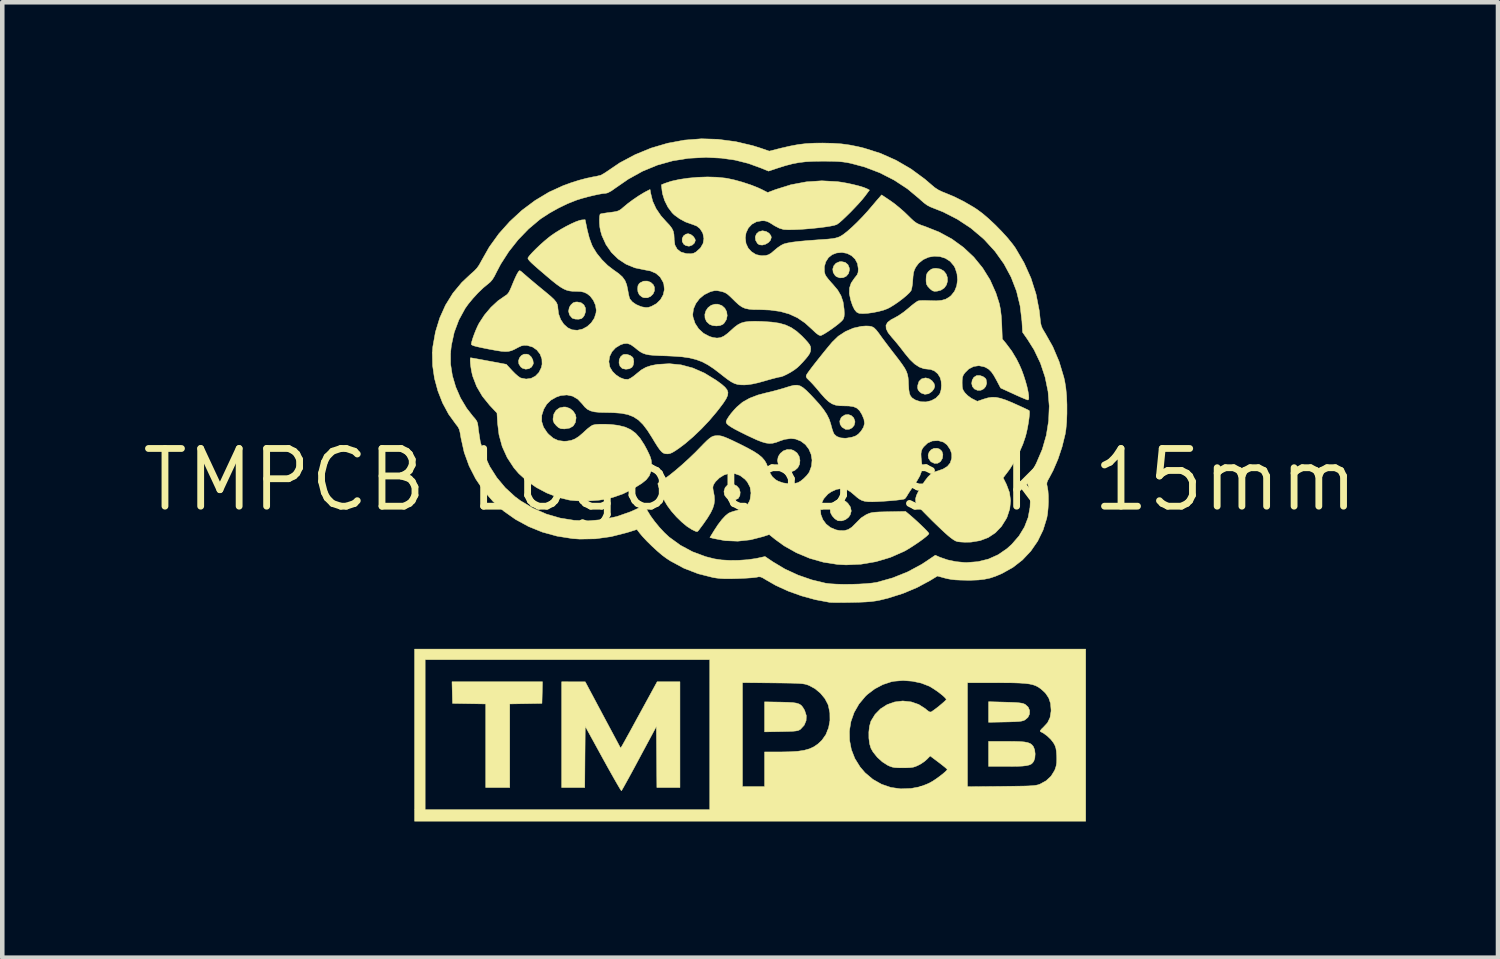
<source format=kicad_pcb>
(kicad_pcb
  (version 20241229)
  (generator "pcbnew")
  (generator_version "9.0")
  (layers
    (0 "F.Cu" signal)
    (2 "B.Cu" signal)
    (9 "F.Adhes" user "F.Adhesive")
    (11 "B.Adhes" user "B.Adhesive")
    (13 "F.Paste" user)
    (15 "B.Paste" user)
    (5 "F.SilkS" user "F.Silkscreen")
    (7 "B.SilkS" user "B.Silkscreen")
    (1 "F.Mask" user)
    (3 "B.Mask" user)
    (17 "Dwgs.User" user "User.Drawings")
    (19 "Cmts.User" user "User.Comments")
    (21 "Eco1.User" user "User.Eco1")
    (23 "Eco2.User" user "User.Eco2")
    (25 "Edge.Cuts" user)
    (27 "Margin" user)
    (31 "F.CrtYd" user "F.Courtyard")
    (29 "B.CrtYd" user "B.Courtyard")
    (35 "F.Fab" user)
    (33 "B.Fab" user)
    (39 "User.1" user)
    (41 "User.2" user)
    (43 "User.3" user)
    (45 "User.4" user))
  (footprint "TMPCB Logo top silk 15mm"
    (layer "F.Cu")
    (at 13.463 7.513)
    (property "Reference" "TMPCB Logo top silk 15mm" (at 0 0 0) (layer "F.SilkS") (effects (font (size 1.27 1.27) (thickness 0.15))))
    (attr through_hole)
    (fp_poly (pts (xy -4.583 4.921) (xy -4.937 4.927) (xy -5.292 4.933) (xy -5.292 6.773) (xy -5.821 6.773) (xy -5.821 4.933) (xy -6.186 4.927) (xy -6.551 4.921) (xy -6.563 4.445) (xy -4.571 4.445) (xy -4.583 4.921)) (stroke (width 0.01) (type solid)) (fill yes) (layer "F.SilkS"))
    (fp_poly (pts (xy -1.308 -5.402) (xy -1.254 -5.361) (xy -1.216 -5.308) (xy -1.206 -5.271) (xy -1.225 -5.215) (xy -1.273 -5.169) (xy -1.337 -5.145) (xy -1.355 -5.144) (xy -1.417 -5.158) (xy -1.46 -5.186) (xy -1.495 -5.246) (xy -1.496 -5.31) (xy -1.468 -5.369) (xy -1.416 -5.408) (xy -1.364 -5.419) (xy -1.308 -5.402)) (stroke (width 0.01) (type solid)) (fill yes) (layer "F.SilkS"))
    (fp_poly (pts (xy -4.867 -2.751) (xy -4.818 -2.705) (xy -4.783 -2.638) (xy -4.772 -2.569) (xy -4.775 -2.55) (xy -4.81 -2.485) (xy -4.869 -2.447) (xy -4.94 -2.436) (xy -5.011 -2.457) (xy -5.049 -2.486) (xy -5.091 -2.551) (xy -5.099 -2.619) (xy -5.079 -2.683) (xy -5.037 -2.735) (xy -4.98 -2.766) (xy -4.911 -2.767) (xy -4.867 -2.751)) (stroke (width 0.01) (type solid)) (fill yes) (layer "F.SilkS"))
    (fp_poly (pts (xy 0.353 -5.467) (xy 0.417 -5.428) (xy 0.457 -5.375) (xy 0.466 -5.336) (xy 0.448 -5.275) (xy 0.401 -5.223) (xy 0.337 -5.186) (xy 0.267 -5.168) (xy 0.203 -5.175) (xy 0.164 -5.201) (xy 0.121 -5.273) (xy 0.113 -5.347) (xy 0.138 -5.413) (xy 0.19 -5.461) (xy 0.266 -5.482) (xy 0.278 -5.482) (xy 0.353 -5.467)) (stroke (width 0.01) (type solid)) (fill yes) (layer "F.SilkS"))
    (fp_poly (pts (xy 2.092 -4.787) (xy 2.153 -4.737) (xy 2.184 -4.661) (xy 2.186 -4.62) (xy 2.166 -4.542) (xy 2.117 -4.484) (xy 2.05 -4.451) (xy 1.974 -4.446) (xy 1.901 -4.473) (xy 1.872 -4.497) (xy 1.828 -4.566) (xy 1.819 -4.641) (xy 1.841 -4.711) (xy 1.89 -4.768) (xy 1.963 -4.8) (xy 2.006 -4.805) (xy 2.092 -4.787)) (stroke (width 0.01) (type solid)) (fill yes) (layer "F.SilkS"))
    (fp_poly (pts (xy 2.228 -1.414) (xy 2.28 -1.364) (xy 2.306 -1.292) (xy 2.307 -1.269) (xy 2.289 -1.199) (xy 2.242 -1.144) (xy 2.178 -1.112) (xy 2.108 -1.111) (xy 2.095 -1.115) (xy 2.023 -1.16) (xy 1.981 -1.223) (xy 1.973 -1.294) (xy 2.001 -1.364) (xy 2.02 -1.387) (xy 2.088 -1.43) (xy 2.161 -1.438) (xy 2.228 -1.414)) (stroke (width 0.01) (type solid)) (fill yes) (layer "F.SilkS"))
    (fp_poly (pts (xy 4.172 -0.676) (xy 4.222 -0.627) (xy 4.243 -0.556) (xy 4.232 -0.473) (xy 4.232 -0.473) (xy 4.191 -0.403) (xy 4.129 -0.365) (xy 4.058 -0.362) (xy 3.987 -0.395) (xy 3.968 -0.412) (xy 3.926 -0.478) (xy 3.918 -0.546) (xy 3.94 -0.61) (xy 3.984 -0.662) (xy 4.046 -0.693) (xy 4.118 -0.695) (xy 4.172 -0.676)) (stroke (width 0.01) (type solid)) (fill yes) (layer "F.SilkS"))
    (fp_poly (pts (xy 5.06 -2.296) (xy 5.127 -2.273) (xy 5.179 -2.235) (xy 5.194 -2.211) (xy 5.207 -2.13) (xy 5.187 -2.058) (xy 5.142 -2.004) (xy 5.079 -1.972) (xy 5.007 -1.97) (xy 4.938 -2) (xy 4.893 -2.054) (xy 4.877 -2.123) (xy 4.888 -2.194) (xy 4.923 -2.255) (xy 4.981 -2.293) (xy 4.993 -2.296) (xy 5.06 -2.296)) (stroke (width 0.01) (type solid)) (fill yes) (layer "F.SilkS"))
    (fp_poly (pts (xy -2.709 -2.761) (xy -2.641 -2.739) (xy -2.589 -2.701) (xy -2.574 -2.677) (xy -2.561 -2.6) (xy -2.574 -2.525) (xy -2.603 -2.477) (xy -2.661 -2.445) (xy -2.735 -2.435) (xy -2.805 -2.449) (xy -2.818 -2.455) (xy -2.865 -2.504) (xy -2.886 -2.571) (xy -2.882 -2.642) (xy -2.854 -2.707) (xy -2.805 -2.751) (xy -2.776 -2.761) (xy -2.709 -2.761)) (stroke (width 0.01) (type solid)) (fill yes) (layer "F.SilkS"))
    (fp_poly (pts (xy -2.19 -4.349) (xy -2.132 -4.296) (xy -2.107 -4.241) (xy -2.106 -4.162) (xy -2.137 -4.092) (xy -2.192 -4.038) (xy -2.262 -4.008) (xy -2.337 -4.009) (xy -2.381 -4.026) (xy -2.44 -4.074) (xy -2.47 -4.14) (xy -2.476 -4.205) (xy -2.47 -4.271) (xy -2.445 -4.316) (xy -2.421 -4.338) (xy -2.346 -4.374) (xy -2.265 -4.376) (xy -2.19 -4.349)) (stroke (width 0.01) (type solid)) (fill yes) (layer "F.SilkS"))
    (fp_poly (pts (xy -0.362 0.102) (xy -0.294 0.134) (xy -0.243 0.191) (xy -0.241 0.195) (xy -0.219 0.271) (xy -0.226 0.346) (xy -0.259 0.405) (xy -0.27 0.415) (xy -0.335 0.441) (xy -0.414 0.441) (xy -0.49 0.416) (xy -0.521 0.395) (xy -0.566 0.33) (xy -0.576 0.251) (xy -0.55 0.17) (xy -0.502 0.119) (xy -0.436 0.097) (xy -0.362 0.102)) (stroke (width 0.01) (type solid)) (fill yes) (layer "F.SilkS"))
    (fp_poly (pts (xy 3.938 -2.226) (xy 4.003 -2.182) (xy 4.049 -2.121) (xy 4.064 -2.064) (xy 4.047 -2.006) (xy 4.002 -1.946) (xy 3.927 -1.895) (xy 3.846 -1.883) (xy 3.768 -1.91) (xy 3.732 -1.938) (xy 3.697 -1.982) (xy 3.686 -2.027) (xy 3.69 -2.081) (xy 3.717 -2.167) (xy 3.773 -2.222) (xy 3.854 -2.243) (xy 3.867 -2.244) (xy 3.938 -2.226)) (stroke (width 0.01) (type solid)) (fill yes) (layer "F.SilkS"))
    (fp_poly (pts (xy -3.721 -3.899) (xy -3.659 -3.851) (xy -3.625 -3.782) (xy -3.624 -3.698) (xy -3.65 -3.621) (xy -3.683 -3.574) (xy -3.716 -3.548) (xy -3.778 -3.536) (xy -3.849 -3.539) (xy -3.906 -3.555) (xy -3.918 -3.562) (xy -3.976 -3.63) (xy -3.997 -3.711) (xy -3.981 -3.795) (xy -3.946 -3.851) (xy -3.897 -3.897) (xy -3.842 -3.914) (xy -3.807 -3.916) (xy -3.721 -3.899)) (stroke (width 0.01) (type solid)) (fill yes) (layer "F.SilkS"))
    (fp_poly (pts (xy -0.711 -3.867) (xy -0.622 -3.836) (xy -0.557 -3.778) (xy -0.517 -3.702) (xy -0.505 -3.615) (xy -0.523 -3.528) (xy -0.573 -3.449) (xy -0.6 -3.424) (xy -0.661 -3.397) (xy -0.742 -3.388) (xy -0.826 -3.397) (xy -0.893 -3.423) (xy -0.96 -3.485) (xy -0.993 -3.56) (xy -0.997 -3.642) (xy -0.974 -3.721) (xy -0.927 -3.79) (xy -0.859 -3.842) (xy -0.775 -3.867) (xy -0.711 -3.867)) (stroke (width 0.01) (type solid)) (fill yes) (layer "F.SilkS"))
    (fp_poly (pts (xy -4.055 -1.602) (xy -3.97 -1.572) (xy -3.898 -1.516) (xy -3.848 -1.441) (xy -3.831 -1.367) (xy -3.847 -1.263) (xy -3.894 -1.187) (xy -3.972 -1.14) (xy -4.082 -1.122) (xy -4.097 -1.122) (xy -4.165 -1.127) (xy -4.216 -1.149) (xy -4.267 -1.194) (xy -4.316 -1.253) (xy -4.337 -1.309) (xy -4.339 -1.343) (xy -4.321 -1.448) (xy -4.272 -1.53) (xy -4.197 -1.584) (xy -4.102 -1.604) (xy -4.055 -1.602)) (stroke (width 0.01) (type solid)) (fill yes) (layer "F.SilkS"))
    (fp_poly (pts (xy 5.617 4.894) (xy 5.756 4.898) (xy 5.858 4.903) (xy 5.933 4.91) (xy 5.986 4.918) (xy 6.025 4.93) (xy 6.057 4.945) (xy 6.121 5.004) (xy 6.152 5.077) (xy 6.15 5.156) (xy 6.115 5.229) (xy 6.049 5.285) (xy 6.016 5.3) (xy 5.973 5.311) (xy 5.912 5.319) (xy 5.827 5.324) (xy 5.712 5.328) (xy 5.614 5.33) (xy 5.249 5.337) (xy 5.249 4.884) (xy 5.617 4.894)) (stroke (width 0.01) (type solid)) (fill yes) (layer "F.SilkS"))
    (fp_poly (pts (xy 0.904 -0.665) (xy 0.959 -0.646) (xy 1.033 -0.591) (xy 1.079 -0.516) (xy 1.097 -0.43) (xy 1.088 -0.344) (xy 1.05 -0.268) (xy 0.985 -0.21) (xy 0.962 -0.199) (xy 0.901 -0.177) (xy 0.851 -0.173) (xy 0.791 -0.187) (xy 0.777 -0.191) (xy 0.697 -0.228) (xy 0.643 -0.288) (xy 0.621 -0.334) (xy 0.602 -0.425) (xy 0.619 -0.511) (xy 0.665 -0.583) (xy 0.732 -0.638) (xy 0.814 -0.667) (xy 0.904 -0.665)) (stroke (width 0.01) (type solid)) (fill yes) (layer "F.SilkS"))
    (fp_poly (pts (xy 2.051 0.45) (xy 2.102 0.473) (xy 2.151 0.516) (xy 2.208 0.599) (xy 2.226 0.686) (xy 2.202 0.772) (xy 2.164 0.826) (xy 2.098 0.876) (xy 2.018 0.903) (xy 1.942 0.901) (xy 1.926 0.896) (xy 1.864 0.856) (xy 1.807 0.793) (xy 1.771 0.726) (xy 1.766 0.707) (xy 1.762 0.624) (xy 1.789 0.554) (xy 1.835 0.5) (xy 1.886 0.461) (xy 1.948 0.446) (xy 1.984 0.445) (xy 2.051 0.45)) (stroke (width 0.01) (type solid)) (fill yes) (layer "F.SilkS"))
    (fp_poly (pts (xy 0.676 4.893) (xy 0.823 4.897) (xy 0.935 4.903) (xy 1.017 4.915) (xy 1.077 4.934) (xy 1.122 4.962) (xy 1.157 5.003) (xy 1.191 5.059) (xy 1.202 5.081) (xy 1.237 5.191) (xy 1.232 5.3) (xy 1.19 5.401) (xy 1.111 5.487) (xy 1.104 5.493) (xy 1.079 5.508) (xy 1.049 5.52) (xy 1.005 5.528) (xy 0.942 5.534) (xy 0.852 5.538) (xy 0.729 5.541) (xy 0.683 5.542) (xy 0.318 5.548) (xy 0.318 4.887) (xy 0.676 4.893)) (stroke (width 0.01) (type solid)) (fill yes) (layer "F.SilkS"))
    (fp_poly (pts (xy 5.816 5.758) (xy 5.943 5.762) (xy 6.039 5.77) (xy 6.11 5.784) (xy 6.162 5.803) (xy 6.2 5.83) (xy 6.23 5.866) (xy 6.236 5.874) (xy 6.263 5.944) (xy 6.274 6.034) (xy 6.267 6.124) (xy 6.246 6.187) (xy 6.222 6.225) (xy 6.19 6.255) (xy 6.145 6.276) (xy 6.082 6.291) (xy 5.995 6.301) (xy 5.88 6.306) (xy 5.729 6.308) (xy 5.664 6.308) (xy 5.249 6.308) (xy 5.249 5.757) (xy 5.652 5.757) (xy 5.816 5.758)) (stroke (width 0.01) (type solid)) (fill yes) (layer "F.SilkS"))
    (fp_poly (pts (xy 4.19 -4.64) (xy 4.264 -4.596) (xy 4.315 -4.531) (xy 4.342 -4.454) (xy 4.344 -4.372) (xy 4.322 -4.293) (xy 4.274 -4.225) (xy 4.201 -4.176) (xy 4.119 -4.154) (xy 4.058 -4.15) (xy 4.015 -4.162) (xy 3.972 -4.195) (xy 3.948 -4.218) (xy 3.905 -4.266) (xy 3.882 -4.309) (xy 3.874 -4.365) (xy 3.873 -4.413) (xy 3.877 -4.487) (xy 3.89 -4.536) (xy 3.918 -4.577) (xy 3.935 -4.595) (xy 3.988 -4.637) (xy 4.045 -4.654) (xy 4.092 -4.657) (xy 4.19 -4.64)) (stroke (width 0.01) (type solid)) (fill yes) (layer "F.SilkS"))
    (fp_poly (pts (xy -1.545 6.773) (xy -2.053 6.773) (xy -2.064 5.429) (xy -2.442 6.133) (xy -2.527 6.292) (xy -2.606 6.438) (xy -2.677 6.568) (xy -2.738 6.678) (xy -2.785 6.763) (xy -2.818 6.82) (xy -2.833 6.845) (xy -2.833 6.845) (xy -2.846 6.829) (xy -2.877 6.78) (xy -2.923 6.701) (xy -2.983 6.597) (xy -3.054 6.471) (xy -3.134 6.329) (xy -3.22 6.173) (xy -3.239 6.139) (xy -3.63 5.425) (xy -3.636 6.099) (xy -3.641 6.773) (xy -4.149 6.773) (xy -4.149 4.445) (xy -3.889 4.446) (xy -3.63 4.446) (xy -3.241 5.176) (xy -2.851 5.906) (xy -2.816 5.848) (xy -2.798 5.816) (xy -2.762 5.752) (xy -2.711 5.659) (xy -2.647 5.544) (xy -2.574 5.41) (xy -2.493 5.261) (xy -2.414 5.117) (xy -2.047 4.445) (xy -1.545 4.445) (xy -1.545 6.773)) (stroke (width 0.01) (type solid)) (fill yes) (layer "F.SilkS"))
    (fp_poly (pts (xy 7.387 7.514) (xy -7.387 7.514) (xy -7.387 3.958) (xy -7.154 3.958) (xy -7.154 7.26) (xy -0.889 7.26) (xy -0.889 6.752) (xy -0.169 6.752) (xy 0.318 6.752) (xy 0.318 5.99) (xy 0.672 5.99) (xy 0.878 5.986) (xy 1.049 5.975) (xy 1.189 5.954) (xy 1.306 5.921) (xy 1.404 5.876) (xy 1.491 5.816) (xy 1.573 5.739) (xy 1.581 5.731) (xy 1.668 5.607) (xy 1.7 5.526) (xy 2.185 5.526) (xy 2.189 5.733) (xy 2.228 5.937) (xy 2.305 6.134) (xy 2.419 6.318) (xy 2.529 6.447) (xy 2.702 6.593) (xy 2.893 6.701) (xy 3.098 6.771) (xy 3.316 6.802) (xy 3.544 6.793) (xy 3.709 6.762) (xy 3.797 6.735) (xy 3.895 6.697) (xy 3.956 6.669) (xy 4.019 6.633) (xy 4.093 6.584) (xy 4.169 6.529) (xy 4.24 6.474) (xy 4.297 6.425) (xy 4.332 6.389) (xy 4.339 6.375) (xy 4.323 6.357) (xy 4.28 6.32) (xy 4.216 6.269) (xy 4.151 6.219) (xy 3.963 6.078) (xy 3.892 6.151) (xy 3.832 6.203) (xy 3.754 6.255) (xy 3.705 6.281) (xy 3.646 6.308) (xy 3.592 6.325) (xy 3.53 6.334) (xy 3.449 6.338) (xy 3.365 6.339) (xy 3.261 6.338) (xy 3.186 6.334) (xy 3.129 6.323) (xy 3.076 6.305) (xy 3.024 6.281) (xy 2.909 6.207) (xy 2.798 6.106) (xy 2.706 5.991) (xy 2.66 5.91) (xy 2.63 5.811) (xy 2.614 5.687) (xy 2.613 5.554) (xy 2.627 5.427) (xy 2.656 5.322) (xy 2.661 5.309) (xy 2.751 5.162) (xy 2.871 5.04) (xy 3.016 4.948) (xy 3.179 4.89) (xy 3.356 4.868) (xy 3.365 4.868) (xy 3.547 4.888) (xy 3.712 4.945) (xy 3.858 5.039) (xy 3.887 5.065) (xy 3.942 5.106) (xy 3.98 5.111) (xy 3.985 5.109) (xy 4.035 5.075) (xy 4.099 5.028) (xy 4.167 4.974) (xy 4.231 4.92) (xy 4.283 4.874) (xy 4.313 4.842) (xy 4.318 4.833) (xy 4.301 4.806) (xy 4.257 4.763) (xy 4.194 4.711) (xy 4.119 4.654) (xy 4.04 4.601) (xy 3.968 4.556) (xy 3.942 4.542) (xy 3.766 4.474) (xy 3.73 4.466) (xy 4.784 4.466) (xy 4.784 6.755) (xy 5.53 6.748) (xy 5.73 6.745) (xy 5.892 6.743) (xy 6.021 6.741) (xy 6.122 6.738) (xy 6.2 6.733) (xy 6.258 6.728) (xy 6.303 6.721) (xy 6.339 6.713) (xy 6.37 6.702) (xy 6.379 6.699) (xy 6.516 6.624) (xy 6.625 6.522) (xy 6.701 6.399) (xy 6.711 6.376) (xy 6.735 6.302) (xy 6.747 6.232) (xy 6.75 6.147) (xy 6.748 6.071) (xy 6.741 5.974) (xy 6.73 5.905) (xy 6.711 5.849) (xy 6.68 5.792) (xy 6.676 5.786) (xy 6.62 5.714) (xy 6.544 5.641) (xy 6.461 5.579) (xy 6.388 5.54) (xy 6.386 5.522) (xy 6.416 5.484) (xy 6.453 5.449) (xy 6.547 5.347) (xy 6.602 5.232) (xy 6.624 5.096) (xy 6.625 5.068) (xy 6.613 4.922) (xy 6.573 4.801) (xy 6.503 4.697) (xy 6.452 4.647) (xy 6.398 4.6) (xy 6.345 4.563) (xy 6.289 4.533) (xy 6.224 4.51) (xy 6.146 4.493) (xy 6.049 4.481) (xy 5.929 4.473) (xy 5.78 4.468) (xy 5.598 4.467) (xy 5.427 4.466) (xy 4.784 4.466) (xy 3.73 4.466) (xy 3.569 4.432) (xy 3.365 4.417) (xy 3.169 4.433) (xy 3.107 4.445) (xy 2.923 4.506) (xy 2.743 4.601) (xy 2.583 4.722) (xy 2.54 4.762) (xy 2.396 4.934) (xy 2.289 5.121) (xy 2.219 5.32) (xy 2.185 5.526) (xy 1.7 5.526) (xy 1.727 5.459) (xy 1.757 5.297) (xy 1.755 5.13) (xy 1.722 4.969) (xy 1.711 4.938) (xy 1.645 4.814) (xy 1.548 4.697) (xy 1.43 4.598) (xy 1.302 4.528) (xy 1.265 4.514) (xy 1.23 4.502) (xy 1.191 4.494) (xy 1.144 4.487) (xy 1.082 4.482) (xy 1.002 4.478) (xy 0.897 4.475) (xy 0.762 4.473) (xy 0.593 4.471) (xy 0.503 4.47) (xy -0.169 4.464) (xy -0.169 6.752) (xy -0.889 6.752) (xy -0.889 3.958) (xy -7.154 3.958) (xy -7.387 3.958) (xy -7.387 3.725) (xy 7.387 3.725) (xy 7.387 7.514)) (stroke (width 0.01) (type solid)) (fill yes) (layer "F.SilkS"))
    (fp_poly (pts (xy -0.714 -7.497) (xy -0.318 -7.445) (xy 0.057 -7.357) (xy 0.228 -7.303) (xy 0.421 -7.236) (xy 0.673 -7.3) (xy 0.877 -7.347) (xy 1.058 -7.381) (xy 1.233 -7.402) (xy 1.417 -7.412) (xy 1.598 -7.414) (xy 1.817 -7.409) (xy 2.01 -7.396) (xy 2.192 -7.371) (xy 2.377 -7.334) (xy 2.508 -7.302) (xy 2.868 -7.188) (xy 3.214 -7.034) (xy 3.542 -6.843) (xy 3.848 -6.618) (xy 3.971 -6.512) (xy 4.062 -6.435) (xy 4.144 -6.381) (xy 4.235 -6.338) (xy 4.282 -6.32) (xy 4.487 -6.235) (xy 4.704 -6.127) (xy 4.919 -6.002) (xy 4.993 -5.954) (xy 5.116 -5.863) (xy 5.254 -5.745) (xy 5.398 -5.61) (xy 5.54 -5.465) (xy 5.671 -5.321) (xy 5.781 -5.185) (xy 5.84 -5.103) (xy 6.03 -4.778) (xy 6.182 -4.439) (xy 6.294 -4.087) (xy 6.365 -3.723) (xy 6.383 -3.557) (xy 6.393 -3.463) (xy 6.408 -3.394) (xy 6.432 -3.334) (xy 6.472 -3.265) (xy 6.488 -3.24) (xy 6.662 -2.932) (xy 6.802 -2.602) (xy 6.906 -2.257) (xy 6.925 -2.174) (xy 6.949 -2.026) (xy 6.966 -1.849) (xy 6.974 -1.657) (xy 6.974 -1.46) (xy 6.967 -1.272) (xy 6.951 -1.104) (xy 6.936 -1.008) (xy 6.867 -0.727) (xy 6.777 -0.456) (xy 6.67 -0.207) (xy 6.59 -0.056) (xy 6.552 0.012) (xy 6.534 0.059) (xy 6.531 0.098) (xy 6.54 0.146) (xy 6.543 0.155) (xy 6.557 0.241) (xy 6.565 0.356) (xy 6.566 0.487) (xy 6.559 0.622) (xy 6.547 0.748) (xy 6.53 0.844) (xy 6.448 1.107) (xy 6.33 1.349) (xy 6.178 1.569) (xy 5.995 1.763) (xy 5.783 1.928) (xy 5.545 2.061) (xy 5.538 2.064) (xy 5.404 2.121) (xy 5.282 2.162) (xy 5.159 2.188) (xy 5.024 2.204) (xy 4.866 2.21) (xy 4.773 2.21) (xy 4.631 2.207) (xy 4.52 2.202) (xy 4.429 2.192) (xy 4.348 2.177) (xy 4.289 2.163) (xy 4.123 2.117) (xy 3.961 2.216) (xy 3.677 2.369) (xy 3.365 2.5) (xy 3.037 2.604) (xy 2.853 2.649) (xy 2.761 2.666) (xy 2.662 2.679) (xy 2.545 2.688) (xy 2.403 2.694) (xy 2.233 2.698) (xy 2.099 2.7) (xy 1.976 2.701) (xy 1.872 2.701) (xy 1.793 2.699) (xy 1.749 2.697) (xy 1.746 2.696) (xy 1.437 2.638) (xy 1.131 2.554) (xy 0.838 2.449) (xy 0.568 2.326) (xy 0.341 2.196) (xy 0.275 2.156) (xy 0.229 2.137) (xy 0.188 2.134) (xy 0.151 2.142) (xy 0.104 2.149) (xy 0.023 2.157) (xy -0.081 2.164) (xy -0.2 2.17) (xy -0.275 2.173) (xy -0.427 2.177) (xy -0.548 2.177) (xy -0.648 2.172) (xy -0.738 2.162) (xy -0.815 2.15) (xy -1.144 2.067) (xy -1.457 1.946) (xy -1.755 1.785) (xy -1.841 1.729) (xy -1.936 1.659) (xy -2.046 1.565) (xy -2.162 1.458) (xy -2.274 1.348) (xy -2.371 1.244) (xy -2.428 1.176) (xy -2.492 1.092) (xy -2.712 1.161) (xy -3.062 1.25) (xy -3.408 1.298) (xy -3.75 1.304) (xy -3.91 1.293) (xy -4.251 1.239) (xy -4.575 1.15) (xy -4.88 1.026) (xy -5.164 0.871) (xy -5.425 0.687) (xy -5.66 0.475) (xy -5.866 0.238) (xy -6.042 -0.023) (xy -6.186 -0.305) (xy -6.295 -0.606) (xy -6.366 -0.924) (xy -6.372 -0.962) (xy -6.388 -1.053) (xy -6.406 -1.117) (xy -6.434 -1.17) (xy -6.478 -1.226) (xy -6.637 -1.445) (xy -6.77 -1.692) (xy -6.874 -1.958) (xy -6.949 -2.235) (xy -6.99 -2.517) (xy -6.996 -2.794) (xy -6.996 -2.794) (xy -6.595 -2.794) (xy -6.594 -2.549) (xy -6.555 -2.296) (xy -6.481 -2.045) (xy -6.376 -1.803) (xy -6.241 -1.577) (xy -6.105 -1.402) (xy -6.05 -1.339) (xy -6.017 -1.291) (xy -5.999 -1.242) (xy -5.989 -1.177) (xy -5.983 -1.115) (xy -5.939 -0.832) (xy -5.854 -0.557) (xy -5.733 -0.295) (xy -5.577 -0.05) (xy -5.39 0.174) (xy -5.174 0.372) (xy -5.052 0.462) (xy -4.777 0.626) (xy -4.486 0.753) (xy -4.184 0.841) (xy -3.873 0.891) (xy -3.558 0.902) (xy -3.243 0.874) (xy -2.931 0.807) (xy -2.627 0.7) (xy -2.525 0.654) (xy -2.447 0.617) (xy -2.383 0.589) (xy -2.343 0.573) (xy -2.335 0.572) (xy -2.317 0.589) (xy -2.287 0.634) (xy -2.259 0.684) (xy -2.192 0.794) (xy -2.102 0.917) (xy -1.998 1.044) (xy -1.889 1.161) (xy -1.785 1.258) (xy -1.783 1.26) (xy -1.535 1.44) (xy -1.266 1.584) (xy -0.977 1.691) (xy -0.783 1.74) (xy -0.627 1.763) (xy -0.444 1.773) (xy -0.25 1.771) (xy -0.057 1.758) (xy 0.119 1.733) (xy 0.159 1.725) (xy 0.328 1.688) (xy 0.506 1.808) (xy 0.767 1.964) (xy 1.055 2.097) (xy 1.358 2.202) (xy 1.661 2.275) (xy 1.662 2.275) (xy 1.766 2.288) (xy 1.902 2.296) (xy 2.059 2.3) (xy 2.226 2.299) (xy 2.393 2.294) (xy 2.55 2.285) (xy 2.686 2.272) (xy 2.79 2.256) (xy 2.794 2.255) (xy 3.138 2.158) (xy 3.467 2.026) (xy 3.774 1.861) (xy 3.881 1.791) (xy 4.076 1.659) (xy 4.181 1.705) (xy 4.346 1.762) (xy 4.532 1.801) (xy 4.721 1.819) (xy 4.767 1.82) (xy 5.016 1.801) (xy 5.246 1.744) (xy 5.458 1.649) (xy 5.652 1.516) (xy 5.758 1.421) (xy 5.919 1.235) (xy 6.039 1.038) (xy 6.12 0.828) (xy 6.161 0.605) (xy 6.167 0.466) (xy 6.16 0.315) (xy 6.14 0.192) (xy 6.123 0.135) (xy 6.081 0.005) (xy 6.143 -0.088) (xy 6.181 -0.149) (xy 6.229 -0.233) (xy 6.28 -0.327) (xy 6.3 -0.366) (xy 6.43 -0.669) (xy 6.52 -0.982) (xy 6.571 -1.302) (xy 6.584 -1.624) (xy 6.558 -1.945) (xy 6.493 -2.261) (xy 6.391 -2.568) (xy 6.251 -2.862) (xy 6.108 -3.09) (xy 5.997 -3.249) (xy 5.983 -3.493) (xy 5.943 -3.83) (xy 5.864 -4.154) (xy 5.745 -4.462) (xy 5.588 -4.754) (xy 5.392 -5.029) (xy 5.159 -5.284) (xy 5.128 -5.314) (xy 4.858 -5.542) (xy 4.562 -5.737) (xy 4.245 -5.899) (xy 4.045 -5.978) (xy 3.963 -6.011) (xy 3.894 -6.048) (xy 3.826 -6.098) (xy 3.745 -6.169) (xy 3.725 -6.188) (xy 3.461 -6.408) (xy 3.169 -6.599) (xy 2.853 -6.76) (xy 2.519 -6.887) (xy 2.216 -6.968) (xy 2.128 -6.986) (xy 2.043 -6.998) (xy 1.954 -7.007) (xy 1.849 -7.012) (xy 1.719 -7.014) (xy 1.598 -7.015) (xy 1.398 -7.012) (xy 1.229 -7.003) (xy 1.077 -6.985) (xy 0.93 -6.957) (xy 0.777 -6.917) (xy 0.605 -6.863) (xy 0.594 -6.859) (xy 0.404 -6.796) (xy 0.25 -6.86) (xy -0.041 -6.966) (xy -0.332 -7.039) (xy -0.633 -7.082) (xy -0.956 -7.098) (xy -0.984 -7.098) (xy -1.353 -7.079) (xy -1.704 -7.023) (xy -2.041 -6.929) (xy -2.366 -6.795) (xy -2.682 -6.62) (xy -2.956 -6.431) (xy -3.06 -6.358) (xy -3.136 -6.318) (xy -3.179 -6.308) (xy -3.244 -6.302) (xy -3.339 -6.285) (xy -3.454 -6.26) (xy -3.577 -6.23) (xy -3.698 -6.197) (xy -3.808 -6.163) (xy -3.83 -6.155) (xy -4.019 -6.08) (xy -4.219 -5.983) (xy -4.416 -5.873) (xy -4.592 -5.759) (xy -4.636 -5.727) (xy -4.879 -5.522) (xy -5.108 -5.285) (xy -5.314 -5.024) (xy -5.49 -4.75) (xy -5.579 -4.581) (xy -5.629 -4.482) (xy -5.672 -4.412) (xy -5.715 -4.36) (xy -5.766 -4.316) (xy -5.773 -4.311) (xy -5.877 -4.225) (xy -5.992 -4.114) (xy -6.105 -3.991) (xy -6.207 -3.867) (xy -6.274 -3.773) (xy -6.412 -3.52) (xy -6.514 -3.248) (xy -6.577 -2.959) (xy -6.595 -2.794) (xy -6.996 -2.794) (xy -6.985 -2.932) (xy -6.927 -3.257) (xy -6.833 -3.563) (xy -6.705 -3.848) (xy -6.543 -4.109) (xy -6.348 -4.344) (xy -6.159 -4.522) (xy -6.074 -4.597) (xy -6.013 -4.661) (xy -5.966 -4.728) (xy -5.92 -4.811) (xy -5.916 -4.819) (xy -5.742 -5.126) (xy -5.532 -5.417) (xy -5.291 -5.687) (xy -5.024 -5.933) (xy -4.735 -6.149) (xy -4.429 -6.333) (xy -4.114 -6.477) (xy -3.944 -6.539) (xy -3.771 -6.594) (xy -3.605 -6.638) (xy -3.46 -6.669) (xy -3.397 -6.679) (xy -3.286 -6.706) (xy -3.191 -6.761) (xy -2.871 -6.978) (xy -2.533 -7.158) (xy -2.181 -7.303) (xy -1.817 -7.41) (xy -1.446 -7.479) (xy -1.072 -7.508) (xy -0.714 -7.497)) (stroke (width 0.01) (type solid)) (fill yes) (layer "F.SilkS"))
    (fp_poly (pts (xy -0.734 -6.662) (xy -0.548 -6.643) (xy -0.508 -6.637) (xy -0.346 -6.602) (xy -0.169 -6.553) (xy 0.007 -6.495) (xy 0.166 -6.433) (xy 0.255 -6.392) (xy 0.387 -6.325) (xy 0.558 -6.39) (xy 0.896 -6.496) (xy 1.236 -6.56) (xy 1.577 -6.583) (xy 1.916 -6.565) (xy 2.011 -6.552) (xy 2.141 -6.529) (xy 2.273 -6.5) (xy 2.395 -6.469) (xy 2.498 -6.438) (xy 2.571 -6.409) (xy 2.576 -6.406) (xy 2.627 -6.379) (xy 2.526 -6.243) (xy 2.468 -6.171) (xy 2.392 -6.085) (xy 2.304 -5.991) (xy 2.212 -5.895) (xy 2.12 -5.805) (xy 2.036 -5.725) (xy 1.966 -5.663) (xy 1.915 -5.626) (xy 1.907 -5.621) (xy 1.853 -5.603) (xy 1.765 -5.585) (xy 1.65 -5.567) (xy 1.516 -5.55) (xy 1.371 -5.535) (xy 1.223 -5.522) (xy 1.079 -5.512) (xy 0.947 -5.507) (xy 0.834 -5.506) (xy 0.75 -5.51) (xy 0.734 -5.512) (xy 0.641 -5.54) (xy 0.533 -5.596) (xy 0.503 -5.616) (xy 0.428 -5.663) (xy 0.37 -5.69) (xy 0.316 -5.702) (xy 0.26 -5.703) (xy 0.141 -5.683) (xy 0.039 -5.627) (xy -0.04 -5.543) (xy -0.09 -5.437) (xy -0.106 -5.328) (xy -0.091 -5.204) (xy -0.043 -5.101) (xy 0.028 -5.023) (xy 0.129 -4.959) (xy 0.245 -4.934) (xy 0.341 -4.938) (xy 0.403 -4.955) (xy 0.465 -4.992) (xy 0.536 -5.053) (xy 0.607 -5.112) (xy 0.683 -5.163) (xy 0.741 -5.192) (xy 0.817 -5.212) (xy 0.928 -5.232) (xy 1.078 -5.25) (xy 1.266 -5.267) (xy 1.494 -5.284) (xy 1.577 -5.29) (xy 1.707 -5.299) (xy 1.804 -5.309) (xy 1.878 -5.322) (xy 1.936 -5.339) (xy 1.98 -5.357) (xy 2.048 -5.399) (xy 2.138 -5.469) (xy 2.242 -5.561) (xy 2.356 -5.67) (xy 2.474 -5.791) (xy 2.589 -5.917) (xy 2.631 -5.966) (xy 2.699 -6.046) (xy 2.763 -6.122) (xy 2.814 -6.181) (xy 2.839 -6.209) (xy 2.894 -6.273) (xy 3.081 -6.148) (xy 3.176 -6.08) (xy 3.283 -5.993) (xy 3.39 -5.9) (xy 3.46 -5.833) (xy 3.54 -5.754) (xy 3.601 -5.698) (xy 3.653 -5.659) (xy 3.705 -5.631) (xy 3.769 -5.605) (xy 3.852 -5.577) (xy 4.159 -5.455) (xy 4.441 -5.302) (xy 4.696 -5.117) (xy 4.923 -4.904) (xy 5.118 -4.665) (xy 5.282 -4.401) (xy 5.41 -4.114) (xy 5.485 -3.88) (xy 5.51 -3.755) (xy 5.529 -3.6) (xy 5.54 -3.411) (xy 5.54 -3.408) (xy 5.551 -3.101) (xy 5.63 -3.006) (xy 5.758 -2.836) (xy 5.863 -2.661) (xy 5.927 -2.533) (xy 5.976 -2.421) (xy 6.02 -2.301) (xy 6.059 -2.179) (xy 6.092 -2.062) (xy 6.116 -1.955) (xy 6.131 -1.866) (xy 6.135 -1.8) (xy 6.125 -1.763) (xy 6.114 -1.758) (xy 6.086 -1.767) (xy 6.026 -1.791) (xy 5.944 -1.826) (xy 5.845 -1.87) (xy 5.8 -1.891) (xy 5.514 -2.022) (xy 5.429 -2.184) (xy 5.366 -2.297) (xy 5.311 -2.377) (xy 5.255 -2.433) (xy 5.191 -2.472) (xy 5.152 -2.489) (xy 5.035 -2.513) (xy 4.92 -2.496) (xy 4.814 -2.442) (xy 4.727 -2.356) (xy 4.693 -2.307) (xy 4.675 -2.258) (xy 4.668 -2.195) (xy 4.667 -2.136) (xy 4.669 -2.055) (xy 4.679 -1.999) (xy 4.701 -1.954) (xy 4.732 -1.912) (xy 4.791 -1.853) (xy 4.866 -1.798) (xy 4.899 -1.78) (xy 5.001 -1.729) (xy 5.143 -1.778) (xy 5.236 -1.805) (xy 5.322 -1.818) (xy 5.41 -1.816) (xy 5.507 -1.796) (xy 5.622 -1.759) (xy 5.762 -1.702) (xy 5.831 -1.671) (xy 5.935 -1.624) (xy 6.025 -1.583) (xy 6.094 -1.55) (xy 6.135 -1.53) (xy 6.143 -1.525) (xy 6.15 -1.497) (xy 6.148 -1.436) (xy 6.139 -1.351) (xy 6.125 -1.252) (xy 6.106 -1.145) (xy 6.084 -1.042) (xy 6.061 -0.953) (xy 6.003 -0.783) (xy 5.923 -0.6) (xy 5.829 -0.419) (xy 5.729 -0.258) (xy 5.686 -0.197) (xy 5.57 -0.044) (xy 5.643 0.102) (xy 5.709 0.278) (xy 5.733 0.459) (xy 5.715 0.64) (xy 5.656 0.82) (xy 5.639 0.855) (xy 5.531 1.027) (xy 5.398 1.166) (xy 5.241 1.27) (xy 5.061 1.338) (xy 4.861 1.371) (xy 4.727 1.373) (xy 4.635 1.368) (xy 4.572 1.361) (xy 4.524 1.346) (xy 4.477 1.319) (xy 4.417 1.276) (xy 4.412 1.272) (xy 4.359 1.229) (xy 4.287 1.165) (xy 4.201 1.085) (xy 4.106 0.994) (xy 4.008 0.899) (xy 3.913 0.803) (xy 3.825 0.714) (xy 3.751 0.637) (xy 3.697 0.576) (xy 3.666 0.537) (xy 3.664 0.534) (xy 3.643 0.476) (xy 3.642 0.412) (xy 3.663 0.338) (xy 3.709 0.244) (xy 3.768 0.143) (xy 3.847 0.023) (xy 3.915 -0.065) (xy 3.978 -0.126) (xy 4.041 -0.166) (xy 4.111 -0.191) (xy 4.113 -0.191) (xy 4.246 -0.237) (xy 4.342 -0.296) (xy 4.404 -0.371) (xy 4.435 -0.467) (xy 4.438 -0.49) (xy 4.437 -0.573) (xy 4.409 -0.655) (xy 4.399 -0.676) (xy 4.334 -0.772) (xy 4.255 -0.831) (xy 4.153 -0.86) (xy 4.132 -0.863) (xy 4.011 -0.856) (xy 3.907 -0.81) (xy 3.819 -0.726) (xy 3.817 -0.723) (xy 3.787 -0.678) (xy 3.769 -0.631) (xy 3.761 -0.572) (xy 3.764 -0.493) (xy 3.775 -0.383) (xy 3.779 -0.354) (xy 3.783 -0.263) (xy 3.77 -0.178) (xy 3.736 -0.088) (xy 3.678 0.014) (xy 3.607 0.119) (xy 3.552 0.197) (xy 3.504 0.269) (xy 3.47 0.322) (xy 3.462 0.337) (xy 3.431 0.386) (xy 3.404 0.418) (xy 3.374 0.427) (xy 3.31 0.437) (xy 3.218 0.448) (xy 3.105 0.459) (xy 2.98 0.468) (xy 2.819 0.478) (xy 2.694 0.483) (xy 2.596 0.481) (xy 2.52 0.471) (xy 2.458 0.452) (xy 2.403 0.422) (xy 2.348 0.381) (xy 2.301 0.339) (xy 2.207 0.261) (xy 2.128 0.214) (xy 2.055 0.193) (xy 2.017 0.191) (xy 1.903 0.209) (xy 1.787 0.261) (xy 1.711 0.314) (xy 1.62 0.416) (xy 1.566 0.53) (xy 1.546 0.648) (xy 1.558 0.766) (xy 1.601 0.876) (xy 1.672 0.973) (xy 1.769 1.05) (xy 1.891 1.101) (xy 1.967 1.115) (xy 2.069 1.118) (xy 2.156 1.095) (xy 2.238 1.043) (xy 2.324 0.957) (xy 2.333 0.948) (xy 2.442 0.839) (xy 2.554 0.767) (xy 2.561 0.764) (xy 2.606 0.744) (xy 2.648 0.729) (xy 2.696 0.719) (xy 2.757 0.712) (xy 2.839 0.707) (xy 2.951 0.704) (xy 3.049 0.702) (xy 3.421 0.695) (xy 3.515 0.773) (xy 3.591 0.839) (xy 3.672 0.912) (xy 3.752 0.987) (xy 3.825 1.057) (xy 3.884 1.117) (xy 3.923 1.161) (xy 3.937 1.182) (xy 3.92 1.207) (xy 3.874 1.249) (xy 3.806 1.303) (xy 3.722 1.364) (xy 3.629 1.427) (xy 3.535 1.488) (xy 3.447 1.542) (xy 3.387 1.575) (xy 3.083 1.708) (xy 2.766 1.802) (xy 2.441 1.857) (xy 2.112 1.872) (xy 1.926 1.862) (xy 1.617 1.814) (xy 1.313 1.728) (xy 1.021 1.606) (xy 0.749 1.453) (xy 0.554 1.312) (xy 0.42 1.204) (xy 0.284 1.249) (xy 0.008 1.32) (xy -0.271 1.35) (xy -0.549 1.339) (xy -0.808 1.29) (xy -0.886 1.269) (xy -0.792 1.116) (xy -0.707 0.986) (xy -0.622 0.875) (xy -0.543 0.79) (xy -0.476 0.736) (xy -0.465 0.73) (xy -0.412 0.708) (xy -0.335 0.684) (xy -0.271 0.668) (xy -0.154 0.626) (xy -0.07 0.562) (xy -0.015 0.471) (xy -0.001 0.43) (xy 0.019 0.29) (xy -0.001 0.162) (xy -0.062 0.046) (xy -0.114 -0.013) (xy -0.222 -0.096) (xy -0.34 -0.138) (xy -0.469 -0.14) (xy -0.474 -0.139) (xy -0.576 -0.106) (xy -0.676 -0.044) (xy -0.76 0.038) (xy -0.791 0.082) (xy -0.815 0.13) (xy -0.821 0.175) (xy -0.813 0.234) (xy -0.807 0.258) (xy -0.789 0.356) (xy -0.784 0.446) (xy -0.794 0.534) (xy -0.821 0.624) (xy -0.868 0.723) (xy -0.937 0.837) (xy -1.03 0.971) (xy -1.134 1.111) (xy -1.153 1.133) (xy -1.173 1.14) (xy -1.205 1.131) (xy -1.261 1.104) (xy -1.287 1.091) (xy -1.392 1.023) (xy -1.507 0.927) (xy -1.624 0.813) (xy -1.732 0.69) (xy -1.823 0.567) (xy -1.877 0.476) (xy -1.919 0.389) (xy -1.959 0.298) (xy -1.993 0.213) (xy -2.018 0.141) (xy -2.03 0.093) (xy -2.029 0.076) (xy -2.009 0.062) (xy -1.963 0.031) (xy -1.9 -0.011) (xy -1.886 -0.02) (xy -1.773 -0.103) (xy -1.641 -0.209) (xy -1.497 -0.333) (xy -1.35 -0.467) (xy -1.208 -0.603) (xy -1.122 -0.691) (xy -1.025 -0.791) (xy -0.95 -0.865) (xy -0.892 -0.915) (xy -0.844 -0.947) (xy -0.8 -0.965) (xy -0.754 -0.972) (xy -0.711 -0.974) (xy -0.67 -0.971) (xy -0.623 -0.962) (xy -0.567 -0.943) (xy -0.493 -0.913) (xy -0.396 -0.869) (xy -0.27 -0.808) (xy -0.224 -0.786) (xy -0.055 -0.7) (xy 0.079 -0.626) (xy 0.183 -0.558) (xy 0.261 -0.493) (xy 0.318 -0.427) (xy 0.359 -0.357) (xy 0.389 -0.278) (xy 0.389 -0.276) (xy 0.434 -0.156) (xy 0.489 -0.068) (xy 0.561 -0.003) (xy 0.619 0.03) (xy 0.725 0.067) (xy 0.846 0.085) (xy 0.965 0.082) (xy 1.052 0.062) (xy 1.112 0.027) (xy 1.182 -0.03) (xy 1.249 -0.098) (xy 1.297 -0.162) (xy 1.303 -0.172) (xy 1.351 -0.303) (xy 1.363 -0.435) (xy 1.342 -0.562) (xy 1.292 -0.678) (xy 1.216 -0.777) (xy 1.117 -0.852) (xy 0.999 -0.899) (xy 0.896 -0.91) (xy 0.761 -0.892) (xy 0.656 -0.857) (xy 0.573 -0.825) (xy 0.498 -0.806) (xy 0.426 -0.801) (xy 0.347 -0.811) (xy 0.256 -0.837) (xy 0.146 -0.88) (xy 0.01 -0.943) (xy -0.073 -0.982) (xy -0.224 -1.057) (xy -0.34 -1.117) (xy -0.424 -1.166) (xy -0.481 -1.206) (xy -0.515 -1.239) (xy -0.528 -1.268) (xy -0.529 -1.277) (xy -0.515 -1.32) (xy -0.476 -1.384) (xy -0.419 -1.462) (xy -0.348 -1.545) (xy -0.295 -1.601) (xy -0.168 -1.709) (xy -0.014 -1.796) (xy 0.17 -1.867) (xy 0.349 -1.914) (xy 0.473 -1.943) (xy 0.608 -1.979) (xy 0.734 -2.015) (xy 0.786 -2.032) (xy 0.888 -2.063) (xy 0.969 -2.082) (xy 1.037 -2.084) (xy 1.1 -2.068) (xy 1.164 -2.03) (xy 1.237 -1.968) (xy 1.326 -1.879) (xy 1.393 -1.808) (xy 1.519 -1.67) (xy 1.616 -1.549) (xy 1.688 -1.44) (xy 1.741 -1.333) (xy 1.777 -1.223) (xy 1.786 -1.187) (xy 1.808 -1.109) (xy 1.832 -1.041) (xy 1.85 -1.006) (xy 1.907 -0.955) (xy 1.992 -0.924) (xy 2.093 -0.916) (xy 2.134 -0.92) (xy 2.242 -0.939) (xy 2.321 -0.966) (xy 2.382 -1.007) (xy 2.437 -1.067) (xy 2.443 -1.073) (xy 2.497 -1.16) (xy 2.518 -1.244) (xy 2.505 -1.335) (xy 2.461 -1.439) (xy 2.41 -1.522) (xy 2.351 -1.578) (xy 2.276 -1.611) (xy 2.175 -1.626) (xy 2.086 -1.628) (xy 1.974 -1.631) (xy 1.883 -1.644) (xy 1.804 -1.673) (xy 1.729 -1.722) (xy 1.651 -1.794) (xy 1.56 -1.896) (xy 1.52 -1.944) (xy 1.451 -2.026) (xy 1.383 -2.103) (xy 1.325 -2.164) (xy 1.296 -2.192) (xy 1.249 -2.239) (xy 1.233 -2.275) (xy 1.237 -2.303) (xy 1.255 -2.334) (xy 1.296 -2.392) (xy 1.356 -2.473) (xy 1.432 -2.571) (xy 1.52 -2.682) (xy 1.615 -2.801) (xy 1.714 -2.922) (xy 1.807 -3.033) (xy 1.939 -3.161) (xy 2.098 -3.265) (xy 2.272 -3.34) (xy 2.451 -3.38) (xy 2.55 -3.387) (xy 2.623 -3.384) (xy 2.679 -3.373) (xy 2.727 -3.347) (xy 2.774 -3.301) (xy 2.831 -3.229) (xy 2.873 -3.17) (xy 2.923 -3.101) (xy 2.992 -3.009) (xy 3.071 -2.905) (xy 3.152 -2.799) (xy 3.179 -2.765) (xy 3.276 -2.639) (xy 3.349 -2.539) (xy 3.403 -2.458) (xy 3.44 -2.387) (xy 3.463 -2.321) (xy 3.477 -2.252) (xy 3.484 -2.173) (xy 3.486 -2.107) (xy 3.493 -1.99) (xy 3.506 -1.906) (xy 3.529 -1.847) (xy 3.567 -1.803) (xy 3.623 -1.766) (xy 3.645 -1.755) (xy 3.756 -1.719) (xy 3.873 -1.716) (xy 3.987 -1.743) (xy 4.087 -1.797) (xy 4.163 -1.876) (xy 4.18 -1.905) (xy 4.203 -1.98) (xy 4.211 -2.077) (xy 4.204 -2.175) (xy 4.183 -2.251) (xy 4.13 -2.336) (xy 4.055 -2.399) (xy 3.97 -2.431) (xy 3.939 -2.434) (xy 3.827 -2.446) (xy 3.723 -2.484) (xy 3.621 -2.551) (xy 3.516 -2.651) (xy 3.403 -2.788) (xy 3.391 -2.804) (xy 3.317 -2.9) (xy 3.239 -2.998) (xy 3.167 -3.084) (xy 3.12 -3.137) (xy 3.038 -3.239) (xy 2.995 -3.326) (xy 2.99 -3.401) (xy 3.025 -3.466) (xy 3.1 -3.524) (xy 3.168 -3.559) (xy 3.268 -3.615) (xy 3.381 -3.693) (xy 3.476 -3.77) (xy 3.551 -3.834) (xy 3.62 -3.888) (xy 3.674 -3.926) (xy 3.696 -3.938) (xy 3.741 -3.946) (xy 3.816 -3.949) (xy 3.909 -3.947) (xy 3.954 -3.945) (xy 4.099 -3.941) (xy 4.212 -3.951) (xy 4.303 -3.976) (xy 4.38 -4.021) (xy 4.425 -4.057) (xy 4.5 -4.152) (xy 4.547 -4.269) (xy 4.565 -4.4) (xy 4.554 -4.534) (xy 4.513 -4.662) (xy 4.486 -4.712) (xy 4.403 -4.81) (xy 4.297 -4.878) (xy 4.178 -4.915) (xy 4.052 -4.923) (xy 3.927 -4.901) (xy 3.811 -4.849) (xy 3.711 -4.769) (xy 3.648 -4.686) (xy 3.617 -4.625) (xy 3.598 -4.563) (xy 3.587 -4.485) (xy 3.581 -4.405) (xy 3.574 -4.314) (xy 3.561 -4.233) (xy 3.547 -4.176) (xy 3.543 -4.166) (xy 3.508 -4.121) (xy 3.445 -4.061) (xy 3.363 -3.992) (xy 3.269 -3.921) (xy 3.173 -3.855) (xy 3.082 -3.799) (xy 3.024 -3.769) (xy 2.934 -3.735) (xy 2.823 -3.706) (xy 2.703 -3.682) (xy 2.585 -3.666) (xy 2.482 -3.66) (xy 2.405 -3.665) (xy 2.395 -3.667) (xy 2.343 -3.694) (xy 2.298 -3.748) (xy 2.255 -3.835) (xy 2.214 -3.957) (xy 2.184 -4.099) (xy 2.187 -4.222) (xy 2.224 -4.333) (xy 2.298 -4.441) (xy 2.31 -4.455) (xy 2.355 -4.513) (xy 2.376 -4.566) (xy 2.381 -4.637) (xy 2.381 -4.646) (xy 2.363 -4.762) (xy 2.311 -4.859) (xy 2.232 -4.935) (xy 2.134 -4.985) (xy 2.023 -5.006) (xy 1.905 -4.995) (xy 1.807 -4.958) (xy 1.724 -4.892) (xy 1.665 -4.8) (xy 1.634 -4.693) (xy 1.635 -4.581) (xy 1.652 -4.517) (xy 1.676 -4.476) (xy 1.722 -4.416) (xy 1.782 -4.346) (xy 1.819 -4.306) (xy 1.927 -4.178) (xy 2 -4.053) (xy 2.046 -3.917) (xy 2.068 -3.76) (xy 2.069 -3.744) (xy 2.073 -3.654) (xy 2.068 -3.593) (xy 2.055 -3.549) (xy 2.042 -3.526) (xy 2.007 -3.488) (xy 1.948 -3.436) (xy 1.872 -3.377) (xy 1.788 -3.316) (xy 1.705 -3.26) (xy 1.63 -3.213) (xy 1.573 -3.183) (xy 1.545 -3.175) (xy 1.505 -3.191) (xy 1.446 -3.235) (xy 1.373 -3.304) (xy 1.369 -3.308) (xy 1.208 -3.454) (xy 1.041 -3.568) (xy 0.861 -3.651) (xy 0.663 -3.707) (xy 0.439 -3.738) (xy 0.218 -3.747) (xy 0.079 -3.748) (xy -0.027 -3.757) (xy -0.111 -3.775) (xy -0.182 -3.807) (xy -0.252 -3.856) (xy -0.328 -3.926) (xy -0.363 -3.961) (xy -0.439 -4.035) (xy -0.495 -4.085) (xy -0.543 -4.116) (xy -0.592 -4.136) (xy -0.645 -4.15) (xy -0.72 -4.164) (xy -0.779 -4.165) (xy -0.842 -4.151) (xy -0.886 -4.137) (xy -1.01 -4.076) (xy -1.115 -3.989) (xy -1.195 -3.882) (xy -1.247 -3.764) (xy -1.264 -3.641) (xy -1.258 -3.584) (xy -1.213 -3.446) (xy -1.133 -3.324) (xy -1.025 -3.225) (xy -0.894 -3.156) (xy -0.818 -3.133) (xy -0.731 -3.121) (xy -0.654 -3.13) (xy -0.579 -3.163) (xy -0.495 -3.224) (xy -0.424 -3.288) (xy -0.344 -3.36) (xy -0.271 -3.414) (xy -0.198 -3.452) (xy -0.117 -3.475) (xy -0.02 -3.487) (xy 0.103 -3.491) (xy 0.258 -3.487) (xy 0.274 -3.486) (xy 0.473 -3.473) (xy 0.64 -3.449) (xy 0.781 -3.409) (xy 0.906 -3.351) (xy 1.023 -3.271) (xy 1.14 -3.166) (xy 1.205 -3.099) (xy 1.268 -3.029) (xy 1.307 -2.978) (xy 1.327 -2.937) (xy 1.333 -2.894) (xy 1.333 -2.879) (xy 1.328 -2.828) (xy 1.309 -2.779) (xy 1.269 -2.72) (xy 1.23 -2.672) (xy 1.163 -2.596) (xy 1.092 -2.521) (xy 1.034 -2.467) (xy 0.969 -2.418) (xy 0.889 -2.367) (xy 0.804 -2.321) (xy 0.727 -2.285) (xy 0.668 -2.266) (xy 0.653 -2.265) (xy 0.621 -2.259) (xy 0.557 -2.243) (xy 0.469 -2.22) (xy 0.365 -2.191) (xy 0.325 -2.179) (xy 0.173 -2.137) (xy 0.05 -2.11) (xy -0.054 -2.095) (xy -0.127 -2.09) (xy -0.209 -2.092) (xy -0.28 -2.101) (xy -0.347 -2.122) (xy -0.418 -2.159) (xy -0.501 -2.215) (xy -0.604 -2.294) (xy -0.659 -2.338) (xy -0.8 -2.446) (xy -0.93 -2.532) (xy -1.056 -2.599) (xy -1.188 -2.648) (xy -1.332 -2.684) (xy -1.496 -2.708) (xy -1.69 -2.722) (xy -1.841 -2.729) (xy -2 -2.734) (xy -2.124 -2.741) (xy -2.22 -2.75) (xy -2.295 -2.765) (xy -2.357 -2.786) (xy -2.414 -2.816) (xy -2.471 -2.857) (xy -2.537 -2.911) (xy -2.548 -2.92) (xy -2.63 -2.978) (xy -2.705 -3.003) (xy -2.784 -2.997) (xy -2.853 -2.973) (xy -2.961 -2.908) (xy -3.042 -2.82) (xy -3.093 -2.715) (xy -3.11 -2.602) (xy -3.09 -2.489) (xy -3.082 -2.471) (xy -3.03 -2.386) (xy -2.954 -2.311) (xy -2.866 -2.252) (xy -2.775 -2.217) (xy -2.692 -2.211) (xy -2.684 -2.213) (xy -2.637 -2.234) (xy -2.573 -2.276) (xy -2.506 -2.33) (xy -2.503 -2.333) (xy -2.398 -2.418) (xy -2.294 -2.477) (xy -2.176 -2.516) (xy -2.04 -2.542) (xy -1.778 -2.557) (xy -1.518 -2.531) (xy -1.261 -2.462) (xy -1.007 -2.351) (xy -0.757 -2.198) (xy -0.725 -2.176) (xy -0.626 -2.103) (xy -0.554 -2.04) (xy -0.508 -1.982) (xy -0.488 -1.923) (xy -0.496 -1.858) (xy -0.53 -1.782) (xy -0.592 -1.687) (xy -0.68 -1.57) (xy -0.744 -1.489) (xy -0.899 -1.306) (xy -1.071 -1.124) (xy -1.251 -0.952) (xy -1.428 -0.8) (xy -1.555 -0.704) (xy -1.645 -0.642) (xy -1.712 -0.602) (xy -1.763 -0.58) (xy -1.808 -0.572) (xy -1.824 -0.572) (xy -1.868 -0.575) (xy -1.906 -0.587) (xy -1.944 -0.614) (xy -1.985 -0.659) (xy -2.034 -0.728) (xy -2.096 -0.826) (xy -2.155 -0.924) (xy -2.259 -1.088) (xy -2.358 -1.218) (xy -2.458 -1.317) (xy -2.567 -1.388) (xy -2.691 -1.437) (xy -2.838 -1.466) (xy -3.014 -1.479) (xy -3.159 -1.482) (xy -3.308 -1.485) (xy -3.424 -1.496) (xy -3.512 -1.518) (xy -3.583 -1.554) (xy -3.642 -1.606) (xy -3.694 -1.67) (xy -3.793 -1.775) (xy -3.907 -1.842) (xy -4.034 -1.869) (xy -4.169 -1.856) (xy -4.265 -1.823) (xy -4.387 -1.754) (xy -4.477 -1.666) (xy -4.543 -1.556) (xy -4.587 -1.42) (xy -4.589 -1.287) (xy -4.549 -1.16) (xy -4.467 -1.037) (xy -4.435 -1.002) (xy -4.331 -0.914) (xy -4.222 -0.865) (xy -4.098 -0.849) (xy -4.029 -0.853) (xy -3.937 -0.869) (xy -3.854 -0.902) (xy -3.771 -0.955) (xy -3.676 -1.036) (xy -3.651 -1.06) (xy -3.584 -1.121) (xy -3.52 -1.171) (xy -3.472 -1.202) (xy -3.464 -1.205) (xy -3.4 -1.219) (xy -3.306 -1.225) (xy -3.192 -1.225) (xy -3.069 -1.219) (xy -2.948 -1.205) (xy -2.894 -1.197) (xy -2.75 -1.161) (xy -2.628 -1.105) (xy -2.52 -1.025) (xy -2.423 -0.915) (xy -2.33 -0.771) (xy -2.272 -0.664) (xy -2.226 -0.569) (xy -2.196 -0.499) (xy -2.179 -0.441) (xy -2.172 -0.384) (xy -2.17 -0.32) (xy -2.182 -0.192) (xy -2.22 -0.089) (xy -2.288 -0.001) (xy -2.385 0.077) (xy -2.598 0.21) (xy -2.806 0.311) (xy -3.022 0.386) (xy -3.185 0.426) (xy -3.325 0.447) (xy -3.487 0.46) (xy -3.656 0.465) (xy -3.819 0.461) (xy -3.959 0.448) (xy -3.991 0.443) (xy -4.237 0.382) (xy -4.477 0.289) (xy -4.705 0.168) (xy -4.913 0.024) (xy -5.093 -0.139) (xy -5.2 -0.264) (xy -5.349 -0.492) (xy -5.458 -0.733) (xy -5.528 -0.99) (xy -5.56 -1.249) (xy -5.573 -1.471) (xy -5.734 -1.642) (xy -5.895 -1.841) (xy -6.02 -2.054) (xy -6.106 -2.278) (xy -6.117 -2.319) (xy -6.134 -2.397) (xy -6.148 -2.482) (xy -6.158 -2.564) (xy -6.162 -2.632) (xy -6.16 -2.676) (xy -6.153 -2.688) (xy -6.132 -2.684) (xy -6.075 -2.674) (xy -5.99 -2.659) (xy -5.882 -2.639) (xy -5.76 -2.616) (xy -5.757 -2.616) (xy -5.367 -2.543) (xy -5.239 -2.404) (xy -5.174 -2.338) (xy -5.111 -2.283) (xy -5.061 -2.248) (xy -5.048 -2.242) (xy -4.932 -2.219) (xy -4.822 -2.234) (xy -4.726 -2.284) (xy -4.649 -2.364) (xy -4.596 -2.471) (xy -4.58 -2.545) (xy -4.584 -2.661) (xy -4.624 -2.768) (xy -4.694 -2.858) (xy -4.788 -2.924) (xy -4.9 -2.957) (xy -4.911 -2.959) (xy -4.979 -2.961) (xy -5.036 -2.949) (xy -5.103 -2.918) (xy -5.129 -2.904) (xy -5.197 -2.868) (xy -5.258 -2.843) (xy -5.319 -2.828) (xy -5.389 -2.824) (xy -5.475 -2.83) (xy -5.585 -2.847) (xy -5.726 -2.873) (xy -5.77 -2.881) (xy -5.908 -2.909) (xy -6.008 -2.931) (xy -6.077 -2.949) (xy -6.118 -2.965) (xy -6.136 -2.979) (xy -6.138 -2.986) (xy -6.13 -3.034) (xy -6.108 -3.109) (xy -6.076 -3.2) (xy -6.038 -3.296) (xy -5.999 -3.384) (xy -5.966 -3.448) (xy -5.848 -3.629) (xy -5.707 -3.796) (xy -5.552 -3.94) (xy -5.394 -4.05) (xy -5.354 -4.077) (xy -5.322 -4.113) (xy -5.292 -4.166) (xy -5.256 -4.246) (xy -5.24 -4.286) (xy -5.202 -4.378) (xy -5.164 -4.463) (xy -5.132 -4.529) (xy -5.121 -4.548) (xy -5.092 -4.593) (xy -5.072 -4.606) (xy -5.047 -4.592) (xy -5.031 -4.579) (xy -4.871 -4.44) (xy -4.696 -4.293) (xy -4.526 -4.153) (xy -4.498 -4.13) (xy -4.394 -4.043) (xy -4.32 -3.974) (xy -4.272 -3.916) (xy -4.245 -3.863) (xy -4.234 -3.81) (xy -4.233 -3.787) (xy -4.217 -3.655) (xy -4.172 -3.532) (xy -4.103 -3.427) (xy -4.015 -3.348) (xy -3.92 -3.303) (xy -3.805 -3.293) (xy -3.691 -3.318) (xy -3.586 -3.375) (xy -3.497 -3.457) (xy -3.43 -3.558) (xy -3.393 -3.674) (xy -3.387 -3.737) (xy -3.404 -3.845) (xy -3.451 -3.952) (xy -3.52 -4.043) (xy -3.586 -4.096) (xy -3.654 -4.129) (xy -3.726 -4.145) (xy -3.813 -4.149) (xy -3.897 -4.15) (xy -3.969 -4.158) (xy -4.036 -4.174) (xy -4.104 -4.203) (xy -4.177 -4.246) (xy -4.263 -4.307) (xy -4.367 -4.39) (xy -4.494 -4.497) (xy -4.534 -4.532) (xy -4.655 -4.635) (xy -4.747 -4.716) (xy -4.813 -4.776) (xy -4.857 -4.821) (xy -4.882 -4.852) (xy -4.892 -4.874) (xy -4.889 -4.89) (xy -4.889 -4.891) (xy -4.855 -4.937) (xy -4.795 -5.004) (xy -4.717 -5.083) (xy -4.628 -5.168) (xy -4.534 -5.252) (xy -4.444 -5.327) (xy -4.385 -5.373) (xy -4.283 -5.443) (xy -4.169 -5.513) (xy -4.05 -5.58) (xy -3.935 -5.638) (xy -3.832 -5.684) (xy -3.749 -5.713) (xy -3.704 -5.722) (xy -3.632 -5.726) (xy -3.586 -5.503) (xy -3.541 -5.327) (xy -3.485 -5.173) (xy -3.464 -5.128) (xy -3.378 -4.988) (xy -3.264 -4.847) (xy -3.135 -4.719) (xy -3.01 -4.623) (xy -2.894 -4.541) (xy -2.811 -4.466) (xy -2.754 -4.386) (xy -2.717 -4.294) (xy -2.693 -4.179) (xy -2.69 -4.162) (xy -2.676 -4.084) (xy -2.66 -4.017) (xy -2.647 -3.982) (xy -2.594 -3.918) (xy -2.511 -3.86) (xy -2.411 -3.817) (xy -2.376 -3.807) (xy -2.301 -3.794) (xy -2.243 -3.796) (xy -2.179 -3.816) (xy -2.176 -3.817) (xy -2.061 -3.88) (xy -1.972 -3.968) (xy -1.913 -4.074) (xy -1.888 -4.189) (xy -1.9 -4.308) (xy -1.917 -4.355) (xy -1.981 -4.465) (xy -2.073 -4.546) (xy -2.193 -4.598) (xy -2.323 -4.623) (xy -2.536 -4.667) (xy -2.731 -4.747) (xy -2.904 -4.861) (xy -3.053 -5.006) (xy -3.173 -5.179) (xy -3.263 -5.377) (xy -3.293 -5.481) (xy -3.308 -5.558) (xy -3.316 -5.646) (xy -3.318 -5.731) (xy -3.314 -5.801) (xy -3.304 -5.845) (xy -3.3 -5.851) (xy -3.276 -5.858) (xy -3.22 -5.868) (xy -3.141 -5.88) (xy -3.09 -5.886) (xy -2.995 -5.899) (xy -2.93 -5.912) (xy -2.882 -5.931) (xy -2.839 -5.959) (xy -2.789 -6.002) (xy -2.783 -6.007) (xy -2.689 -6.085) (xy -2.574 -6.17) (xy -2.453 -6.252) (xy -2.341 -6.32) (xy -2.292 -6.347) (xy -2.203 -6.392) (xy -2.19 -6.313) (xy -2.146 -6.135) (xy -2.072 -5.973) (xy -1.966 -5.816) (xy -1.854 -5.69) (xy -1.775 -5.606) (xy -1.723 -5.537) (xy -1.692 -5.473) (xy -1.677 -5.401) (xy -1.672 -5.31) (xy -1.672 -5.287) (xy -1.656 -5.169) (xy -1.606 -5.079) (xy -1.526 -5.016) (xy -1.415 -4.983) (xy -1.377 -4.979) (xy -1.299 -4.977) (xy -1.243 -4.989) (xy -1.189 -5.018) (xy -1.187 -5.02) (xy -1.093 -5.105) (xy -1.036 -5.204) (xy -1.018 -5.31) (xy -1.039 -5.42) (xy -1.055 -5.454) (xy -1.106 -5.532) (xy -1.174 -5.586) (xy -1.27 -5.624) (xy -1.293 -5.631) (xy -1.424 -5.678) (xy -1.555 -5.749) (xy -1.669 -5.832) (xy -1.716 -5.878) (xy -1.809 -6.002) (xy -1.882 -6.148) (xy -1.929 -6.299) (xy -1.939 -6.365) (xy -1.953 -6.495) (xy -1.88 -6.526) (xy -1.735 -6.574) (xy -1.558 -6.613) (xy -1.36 -6.642) (xy -1.15 -6.661) (xy -0.938 -6.668) (xy -0.734 -6.662)) (stroke (width 0.01) (type solid)) (fill yes) (layer "F.SilkS")))
  (gr_rect
    (start -3 -3)
    (end 29.926 18.032)
    (stroke (width 0.1) (type default))
    (fill no)
    (layer "Edge.Cuts")))
</source>
